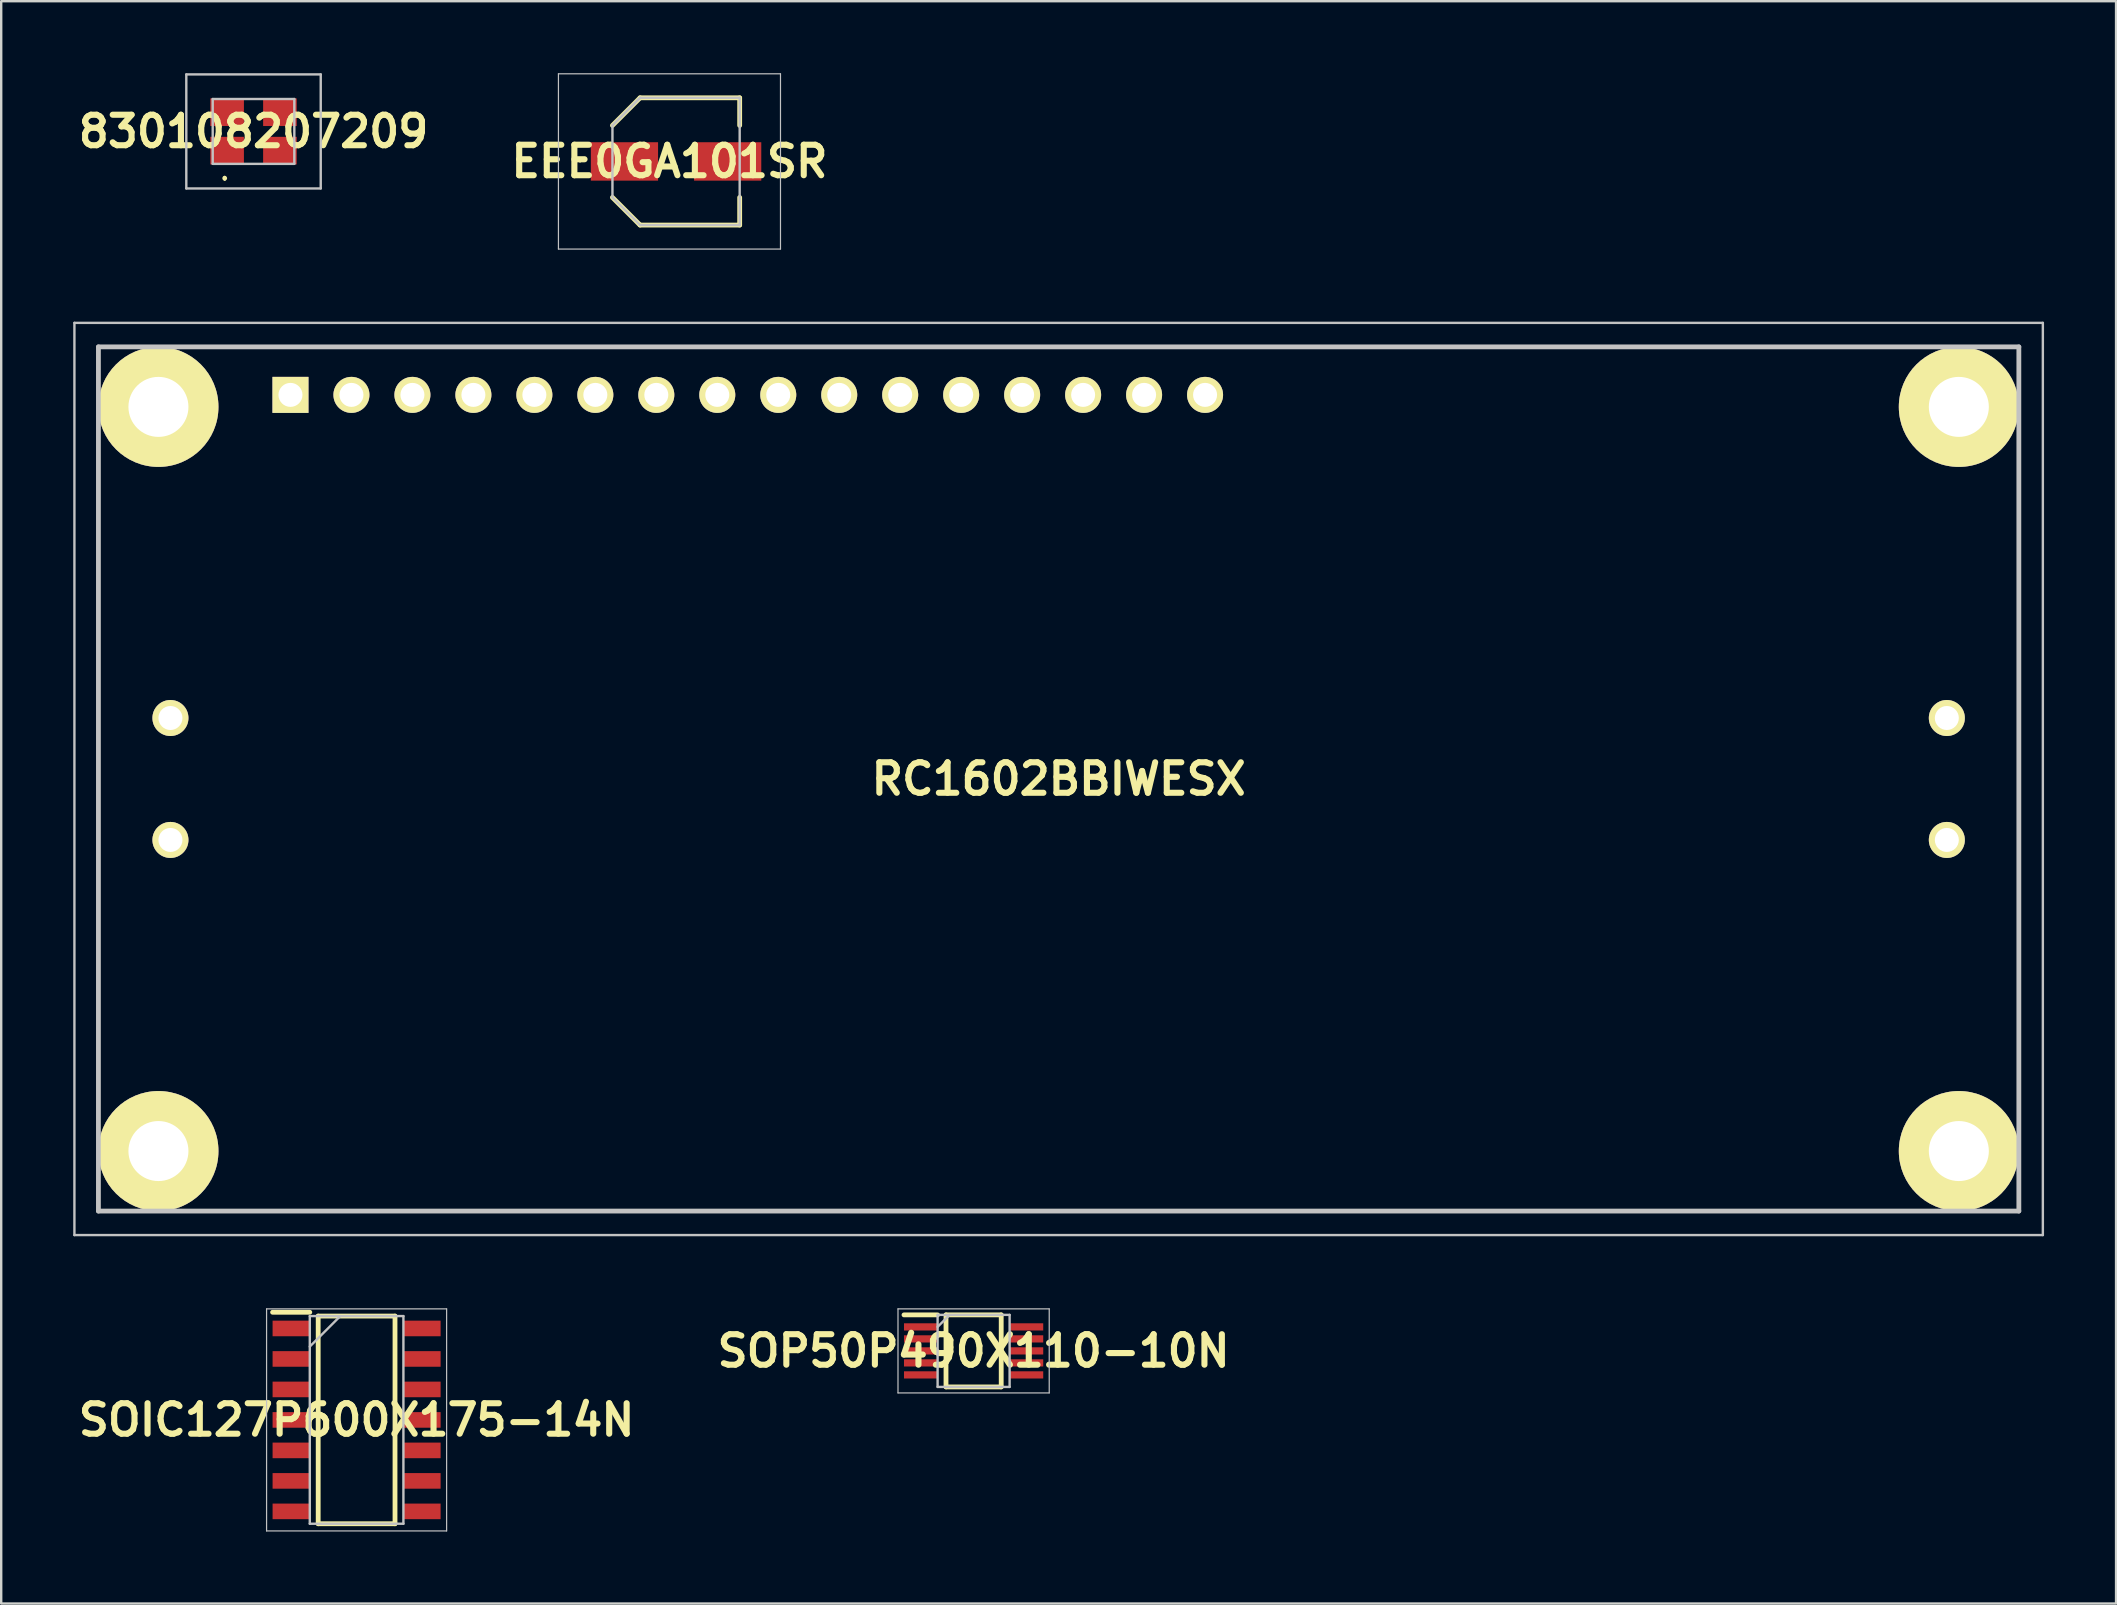
<source format=kicad_pcb>
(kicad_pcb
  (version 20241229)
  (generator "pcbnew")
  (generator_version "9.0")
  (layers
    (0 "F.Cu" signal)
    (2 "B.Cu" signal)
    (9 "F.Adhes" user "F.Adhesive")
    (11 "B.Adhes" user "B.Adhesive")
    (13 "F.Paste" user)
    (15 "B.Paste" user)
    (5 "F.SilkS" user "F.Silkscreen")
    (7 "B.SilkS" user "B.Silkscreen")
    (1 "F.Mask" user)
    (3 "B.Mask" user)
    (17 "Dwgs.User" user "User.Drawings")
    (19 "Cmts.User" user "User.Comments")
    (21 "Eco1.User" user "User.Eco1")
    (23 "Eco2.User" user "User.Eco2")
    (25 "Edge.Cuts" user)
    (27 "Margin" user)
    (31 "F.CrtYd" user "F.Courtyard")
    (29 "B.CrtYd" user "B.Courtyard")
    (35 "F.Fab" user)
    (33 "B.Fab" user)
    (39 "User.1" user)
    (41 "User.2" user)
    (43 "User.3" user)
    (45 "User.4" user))
  (footprint "RC1602BBIWESX"
    (layer "F.Cu")
    (at 9.05 13.4)
    (property "Reference" "RC1602BBIWESX" (at 32 16 0) (layer "F.SilkS") (effects (font (size 1.27 1.27) (thickness 0.254))))
    (attr through_hole)
    (fp_line (start -8 3) (end -8 29) (stroke (width 0.1) (type solid)) (layer "F.SilkS"))
    (fp_line (start -3 34) (end 67 34) (stroke (width 0.1) (type solid)) (layer "F.SilkS"))
    (fp_line (start 67 -2) (end -3 -2) (stroke (width 0.1) (type solid)) (layer "F.SilkS"))
    (fp_line (start 72 29) (end 72 3) (stroke (width 0.1) (type solid)) (layer "F.SilkS"))
    (fp_line (start -9 -3) (end 73 -3) (stroke (width 0.1) (type solid)) (layer "Dwgs.User"))
    (fp_line (start -9 35) (end -9 -3) (stroke (width 0.1) (type solid)) (layer "Dwgs.User"))
    (fp_line (start -8 -2) (end 72 -2) (stroke (width 0.2) (type solid)) (layer "Dwgs.User"))
    (fp_line (start -8 34) (end -8 -2) (stroke (width 0.2) (type solid)) (layer "Dwgs.User"))
    (fp_line (start 72 -2) (end 72 34) (stroke (width 0.2) (type solid)) (layer "Dwgs.User"))
    (fp_line (start 72 34) (end -8 34) (stroke (width 0.2) (type solid)) (layer "Dwgs.User"))
    (fp_line (start 73 -3) (end 73 35) (stroke (width 0.1) (type solid)) (layer "Dwgs.User"))
    (fp_line (start 73 35) (end -9 35) (stroke (width 0.1) (type solid)) (layer "Dwgs.User"))
    (pad "1" thru_hole rect (at 0 0 90) (size 1.5 1.5) (drill 1) (layers "*.Cu" "*.Mask" "F.SilkS"))
    (pad "2" thru_hole circle (at 2.54 0 90) (size 1.5 1.5) (drill 1) (layers "*.Cu" "*.Mask" "F.SilkS"))
    (pad "3" thru_hole circle (at 5.08 0 90) (size 1.5 1.5) (drill 1) (layers "*.Cu" "*.Mask" "F.SilkS"))
    (pad "4" thru_hole circle (at 7.62 0 90) (size 1.5 1.5) (drill 1) (layers "*.Cu" "*.Mask" "F.SilkS"))
    (pad "5" thru_hole circle (at 10.16 0 90) (size 1.5 1.5) (drill 1) (layers "*.Cu" "*.Mask" "F.SilkS"))
    (pad "6" thru_hole circle (at 12.7 0 90) (size 1.5 1.5) (drill 1) (layers "*.Cu" "*.Mask" "F.SilkS"))
    (pad "7" thru_hole circle (at 15.24 0 90) (size 1.5 1.5) (drill 1) (layers "*.Cu" "*.Mask" "F.SilkS"))
    (pad "8" thru_hole circle (at 17.78 0 90) (size 1.5 1.5) (drill 1) (layers "*.Cu" "*.Mask" "F.SilkS"))
    (pad "9" thru_hole circle (at 20.32 0 90) (size 1.5 1.5) (drill 1) (layers "*.Cu" "*.Mask" "F.SilkS"))
    (pad "10" thru_hole circle (at 22.86 0 90) (size 1.5 1.5) (drill 1) (layers "*.Cu" "*.Mask" "F.SilkS"))
    (pad "11" thru_hole circle (at 25.4 0 90) (size 1.5 1.5) (drill 1) (layers "*.Cu" "*.Mask" "F.SilkS"))
    (pad "12" thru_hole circle (at 27.94 0 90) (size 1.5 1.5) (drill 1) (layers "*.Cu" "*.Mask" "F.SilkS"))
    (pad "13" thru_hole circle (at 30.48 0 90) (size 1.5 1.5) (drill 1) (layers "*.Cu" "*.Mask" "F.SilkS"))
    (pad "14" thru_hole circle (at 33.02 0 90) (size 1.5 1.5) (drill 1) (layers "*.Cu" "*.Mask" "F.SilkS"))
    (pad "15" thru_hole circle (at 35.56 0 90) (size 1.5 1.5) (drill 1) (layers "*.Cu" "*.Mask" "F.SilkS"))
    (pad "16" thru_hole circle (at 38.1 0 90) (size 1.5 1.5) (drill 1) (layers "*.Cu" "*.Mask" "F.SilkS"))
    (pad "A1" thru_hole circle (at -5 18.54 90) (size 1.5 1.5) (drill 1) (layers "*.Cu" "*.Mask" "F.SilkS"))
    (pad "A2" thru_hole circle (at 69 13.46 90) (size 1.5 1.5) (drill 1) (layers "*.Cu" "*.Mask" "F.SilkS"))
    (pad "K1" thru_hole circle (at -5 13.46 90) (size 1.5 1.5) (drill 1) (layers "*.Cu" "*.Mask" "F.SilkS"))
    (pad "K2" thru_hole circle (at 69 18.54 90) (size 1.5 1.5) (drill 1) (layers "*.Cu" "*.Mask" "F.SilkS"))
    (pad "MH1" thru_hole circle (at -5.5 0.5 90) (size 5 5) (drill 2.5) (layers "*.Cu" "*.Mask" "F.SilkS"))
    (pad "MH2" thru_hole circle (at 69.5 0.5 90) (size 5 5) (drill 2.5) (layers "*.Cu" "*.Mask" "F.SilkS"))
    (pad "MH3" thru_hole circle (at 69.5 31.5 90) (size 5 5) (drill 2.5) (layers "*.Cu" "*.Mask" "F.SilkS"))
    (pad "MH4" thru_hole circle (at -5.5 31.5 90) (size 5 5) (drill 2.5) (layers "*.Cu" "*.Mask" "F.SilkS")))
  (footprint "830108207209"
    (layer "F.Cu")
    (at 7.511 2.425)
    (property "Reference" "830108207209" (at 0 0 0) (layer "F.SilkS") (effects (font (size 1.27 1.27) (thickness 0.254))))
    (attr smd)
    (fp_line (start -1.2 1.9) (end -1.2 1.9) (stroke (width 0.1) (type solid)) (layer "F.SilkS"))
    (fp_line (start -1.2 2) (end -1.2 2) (stroke (width 0.1) (type solid)) (layer "F.SilkS"))
    (fp_arc (start -1.2 1.9) (mid -1.15 1.95) (end -1.2 2) (stroke (width 0.1) (type solid)) (layer "F.SilkS"))
    (fp_arc (start -1.2 2) (mid -1.25 1.95) (end -1.2 1.9) (stroke (width 0.1) (type solid)) (layer "F.SilkS"))
    (fp_line (start -2.8 -2.375) (end 2.8 -2.375) (stroke (width 0.1) (type solid)) (layer "Dwgs.User"))
    (fp_line (start -2.8 2.375) (end -2.8 -2.375) (stroke (width 0.1) (type solid)) (layer "Dwgs.User"))
    (fp_line (start -1.7 -1.35) (end 1.7 -1.35) (stroke (width 0.1) (type solid)) (layer "Dwgs.User"))
    (fp_line (start -1.7 1.35) (end -1.7 -1.35) (stroke (width 0.1) (type solid)) (layer "Dwgs.User"))
    (fp_line (start 1.7 -1.35) (end 1.7 1.35) (stroke (width 0.1) (type solid)) (layer "Dwgs.User"))
    (fp_line (start 1.7 1.35) (end -1.7 1.35) (stroke (width 0.1) (type solid)) (layer "Dwgs.User"))
    (fp_line (start 2.8 -2.375) (end 2.8 2.375) (stroke (width 0.1) (type solid)) (layer "Dwgs.User"))
    (fp_line (start 2.8 2.375) (end -2.8 2.375) (stroke (width 0.1) (type solid)) (layer "Dwgs.User"))
    (pad "1" smd rect (at -1.1 0.8 90) (size 1.15 1.4) (layers "F.Cu" "F.Mask" "F.Paste"))
    (pad "2" smd rect (at 1.1 0.8 90) (size 1.15 1.4) (layers "F.Cu" "F.Mask" "F.Paste"))
    (pad "3" smd rect (at 1.1 -0.8 90) (size 1.15 1.4) (layers "F.Cu" "F.Mask" "F.Paste"))
    (pad "4" smd rect (at -1.1 -0.8 90) (size 1.15 1.4) (layers "F.Cu" "F.Mask" "F.Paste")))
  (footprint "SOP50P490X110-10N"
    (layer "F.Cu")
    (at 37.508 53.225)
    (property "Reference" "SOP50P490X110-10N" (at 0 0 0) (layer "F.SilkS") (effects (font (size 1.27 1.27) (thickness 0.254))))
    (attr smd)
    (fp_line (start -2.9 -1.5) (end -1.5 -1.5) (stroke (width 0.2) (type solid)) (layer "F.SilkS"))
    (fp_line (start -1.15 -1.5) (end 1.15 -1.5) (stroke (width 0.2) (type solid)) (layer "F.SilkS"))
    (fp_line (start -1.15 1.5) (end -1.15 -1.5) (stroke (width 0.2) (type solid)) (layer "F.SilkS"))
    (fp_line (start 1.15 -1.5) (end 1.15 1.5) (stroke (width 0.2) (type solid)) (layer "F.SilkS"))
    (fp_line (start 1.15 1.5) (end -1.15 1.5) (stroke (width 0.2) (type solid)) (layer "F.SilkS"))
    (fp_line (start -3.15 -1.75) (end 3.15 -1.75) (stroke (width 0.05) (type solid)) (layer "Dwgs.User"))
    (fp_line (start -3.15 1.75) (end -3.15 -1.75) (stroke (width 0.05) (type solid)) (layer "Dwgs.User"))
    (fp_line (start -1.5 -1.5) (end 1.5 -1.5) (stroke (width 0.1) (type solid)) (layer "Dwgs.User"))
    (fp_line (start -1.5 -1) (end -1 -1.5) (stroke (width 0.1) (type solid)) (layer "Dwgs.User"))
    (fp_line (start -1.5 1.5) (end -1.5 -1.5) (stroke (width 0.1) (type solid)) (layer "Dwgs.User"))
    (fp_line (start 1.5 -1.5) (end 1.5 1.5) (stroke (width 0.1) (type solid)) (layer "Dwgs.User"))
    (fp_line (start 1.5 1.5) (end -1.5 1.5) (stroke (width 0.1) (type solid)) (layer "Dwgs.User"))
    (fp_line (start 3.15 -1.75) (end 3.15 1.75) (stroke (width 0.05) (type solid)) (layer "Dwgs.User"))
    (fp_line (start 3.15 1.75) (end -3.15 1.75) (stroke (width 0.05) (type solid)) (layer "Dwgs.User"))
    (pad "1" smd rect (at -2.2 -1 90) (size 0.3 1.4) (layers "F.Cu" "F.Mask" "F.Paste"))
    (pad "2" smd rect (at -2.2 -0.5 90) (size 0.3 1.4) (layers "F.Cu" "F.Mask" "F.Paste"))
    (pad "3" smd rect (at -2.2 0 90) (size 0.3 1.4) (layers "F.Cu" "F.Mask" "F.Paste"))
    (pad "4" smd rect (at -2.2 0.5 90) (size 0.3 1.4) (layers "F.Cu" "F.Mask" "F.Paste"))
    (pad "5" smd rect (at -2.2 1 90) (size 0.3 1.4) (layers "F.Cu" "F.Mask" "F.Paste"))
    (pad "6" smd rect (at 2.2 1 90) (size 0.3 1.4) (layers "F.Cu" "F.Mask" "F.Paste"))
    (pad "7" smd rect (at 2.2 0.5 90) (size 0.3 1.4) (layers "F.Cu" "F.Mask" "F.Paste"))
    (pad "8" smd rect (at 2.2 0 90) (size 0.3 1.4) (layers "F.Cu" "F.Mask" "F.Paste"))
    (pad "9" smd rect (at 2.2 -0.5 90) (size 0.3 1.4) (layers "F.Cu" "F.Mask" "F.Paste"))
    (pad "10" smd rect (at 2.2 -1 90) (size 0.3 1.4) (layers "F.Cu" "F.Mask" "F.Paste")))
  (footprint "SOIC127P600X175-14N"
    (layer "F.Cu")
    (at 11.805 56.1)
    (property "Reference" "SOIC127P600X175-14N" (at 0 0 0) (layer "F.SilkS") (effects (font (size 1.27 1.27) (thickness 0.254))))
    (attr smd)
    (fp_line (start -3.5 -4.485) (end -1.95 -4.485) (stroke (width 0.2) (type solid)) (layer "F.SilkS"))
    (fp_line (start -1.6 -4.325) (end 1.6 -4.325) (stroke (width 0.2) (type solid)) (layer "F.SilkS"))
    (fp_line (start -1.6 4.325) (end -1.6 -4.325) (stroke (width 0.2) (type solid)) (layer "F.SilkS"))
    (fp_line (start 1.6 -4.325) (end 1.6 4.325) (stroke (width 0.2) (type solid)) (layer "F.SilkS"))
    (fp_line (start 1.6 4.325) (end -1.6 4.325) (stroke (width 0.2) (type solid)) (layer "F.SilkS"))
    (fp_line (start -3.75 -4.625) (end 3.75 -4.625) (stroke (width 0.05) (type solid)) (layer "Dwgs.User"))
    (fp_line (start -3.75 4.625) (end -3.75 -4.625) (stroke (width 0.05) (type solid)) (layer "Dwgs.User"))
    (fp_line (start -1.95 -4.325) (end 1.95 -4.325) (stroke (width 0.1) (type solid)) (layer "Dwgs.User"))
    (fp_line (start -1.95 -3.055) (end -0.68 -4.325) (stroke (width 0.1) (type solid)) (layer "Dwgs.User"))
    (fp_line (start -1.95 4.325) (end -1.95 -4.325) (stroke (width 0.1) (type solid)) (layer "Dwgs.User"))
    (fp_line (start 1.95 -4.325) (end 1.95 4.325) (stroke (width 0.1) (type solid)) (layer "Dwgs.User"))
    (fp_line (start 1.95 4.325) (end -1.95 4.325) (stroke (width 0.1) (type solid)) (layer "Dwgs.User"))
    (fp_line (start 3.75 -4.625) (end 3.75 4.625) (stroke (width 0.05) (type solid)) (layer "Dwgs.User"))
    (fp_line (start 3.75 4.625) (end -3.75 4.625) (stroke (width 0.05) (type solid)) (layer "Dwgs.User"))
    (pad "1" smd rect (at -2.725 -3.81 90) (size 0.65 1.55) (layers "F.Cu" "F.Mask" "F.Paste"))
    (pad "2" smd rect (at -2.725 -2.54 90) (size 0.65 1.55) (layers "F.Cu" "F.Mask" "F.Paste"))
    (pad "3" smd rect (at -2.725 -1.27 90) (size 0.65 1.55) (layers "F.Cu" "F.Mask" "F.Paste"))
    (pad "4" smd rect (at -2.725 0 90) (size 0.65 1.55) (layers "F.Cu" "F.Mask" "F.Paste"))
    (pad "5" smd rect (at -2.725 1.27 90) (size 0.65 1.55) (layers "F.Cu" "F.Mask" "F.Paste"))
    (pad "6" smd rect (at -2.725 2.54 90) (size 0.65 1.55) (layers "F.Cu" "F.Mask" "F.Paste"))
    (pad "7" smd rect (at -2.725 3.81 90) (size 0.65 1.55) (layers "F.Cu" "F.Mask" "F.Paste"))
    (pad "8" smd rect (at 2.725 3.81 90) (size 0.65 1.55) (layers "F.Cu" "F.Mask" "F.Paste"))
    (pad "9" smd rect (at 2.725 2.54 90) (size 0.65 1.55) (layers "F.Cu" "F.Mask" "F.Paste"))
    (pad "10" smd rect (at 2.725 1.27 90) (size 0.65 1.55) (layers "F.Cu" "F.Mask" "F.Paste"))
    (pad "11" smd rect (at 2.725 0 90) (size 0.65 1.55) (layers "F.Cu" "F.Mask" "F.Paste"))
    (pad "12" smd rect (at 2.725 -1.27 90) (size 0.65 1.55) (layers "F.Cu" "F.Mask" "F.Paste"))
    (pad "13" smd rect (at 2.725 -2.54 90) (size 0.65 1.55) (layers "F.Cu" "F.Mask" "F.Paste"))
    (pad "14" smd rect (at 2.725 -3.81 90) (size 0.65 1.55) (layers "F.Cu" "F.Mask" "F.Paste")))
  (footprint "EEE0GA101SR"
    (layer "F.Cu")
    (at 25.113 3.675)
    (property "Reference" "EEE0GA101SR" (at -0.275 0 0) (layer "F.SilkS") (effects (font (size 1.27 1.27) (thickness 0.254))))
    (attr smd)
    (fp_line (start -4.025 0) (end -4.025 0) (stroke (width 0.05) (type solid)) (layer "F.SilkS"))
    (fp_line (start -3.975 0) (end -3.975 0) (stroke (width 0.05) (type solid)) (layer "F.SilkS"))
    (fp_line (start -2.65 -1.5) (end -1.5 -2.65) (stroke (width 0.2) (type solid)) (layer "F.SilkS"))
    (fp_line (start -2.65 1.5) (end -1.5 2.65) (stroke (width 0.2) (type solid)) (layer "F.SilkS"))
    (fp_line (start -1.5 -2.65) (end 2.65 -2.65) (stroke (width 0.2) (type solid)) (layer "F.SilkS"))
    (fp_line (start -1.5 2.65) (end 2.65 2.65) (stroke (width 0.2) (type solid)) (layer "F.SilkS"))
    (fp_line (start 2.65 -2.65) (end 2.65 -1.5) (stroke (width 0.2) (type solid)) (layer "F.SilkS"))
    (fp_line (start 2.65 2.65) (end 2.65 1.5) (stroke (width 0.2) (type solid)) (layer "F.SilkS"))
    (fp_arc (start -4.025 0) (mid -4 -0.025) (end -3.975 0) (stroke (width 0.05) (type solid)) (layer "F.SilkS"))
    (fp_arc (start -3.975 0) (mid -4 0.025) (end -4.025 0) (stroke (width 0.05) (type solid)) (layer "F.SilkS"))
    (fp_line (start -4.9 -3.65) (end 4.35 -3.65) (stroke (width 0.05) (type solid)) (layer "Dwgs.User"))
    (fp_line (start -4.9 3.65) (end -4.9 -3.65) (stroke (width 0.05) (type solid)) (layer "Dwgs.User"))
    (fp_line (start -2.65 -1.5) (end -1.5 -2.65) (stroke (width 0.1) (type solid)) (layer "Dwgs.User"))
    (fp_line (start -2.65 -1.5) (end -1.5 -2.65) (stroke (width 0.1) (type solid)) (layer "Dwgs.User"))
    (fp_line (start -2.65 1.5) (end -2.65 -1.5) (stroke (width 0.1) (type solid)) (layer "Dwgs.User"))
    (fp_line (start -1.5 -2.65) (end 2.65 -2.65) (stroke (width 0.1) (type solid)) (layer "Dwgs.User"))
    (fp_line (start -1.5 2.65) (end -2.65 1.5) (stroke (width 0.1) (type solid)) (layer "Dwgs.User"))
    (fp_line (start 2.65 -2.65) (end 2.65 2.65) (stroke (width 0.1) (type solid)) (layer "Dwgs.User"))
    (fp_line (start 2.65 2.65) (end -1.5 2.65) (stroke (width 0.1) (type solid)) (layer "Dwgs.User"))
    (fp_line (start 4.35 -3.65) (end 4.35 3.65) (stroke (width 0.05) (type solid)) (layer "Dwgs.User"))
    (fp_line (start 4.35 3.65) (end -4.9 3.65) (stroke (width 0.05) (type solid)) (layer "Dwgs.User"))
    (pad "1" smd rect (at -2.15 0 90) (size 1.6 2.8) (layers "F.Cu" "F.Mask" "F.Paste"))
    (pad "2" smd rect (at 2.15 0 90) (size 1.6 2.8) (layers "F.Cu" "F.Mask" "F.Paste")))
  (gr_rect
    (start -3 -3)
    (end 85.1 63.75)
    (stroke (width 0.1) (type default))
    (fill no)
    (layer "Edge.Cuts")))
</source>
